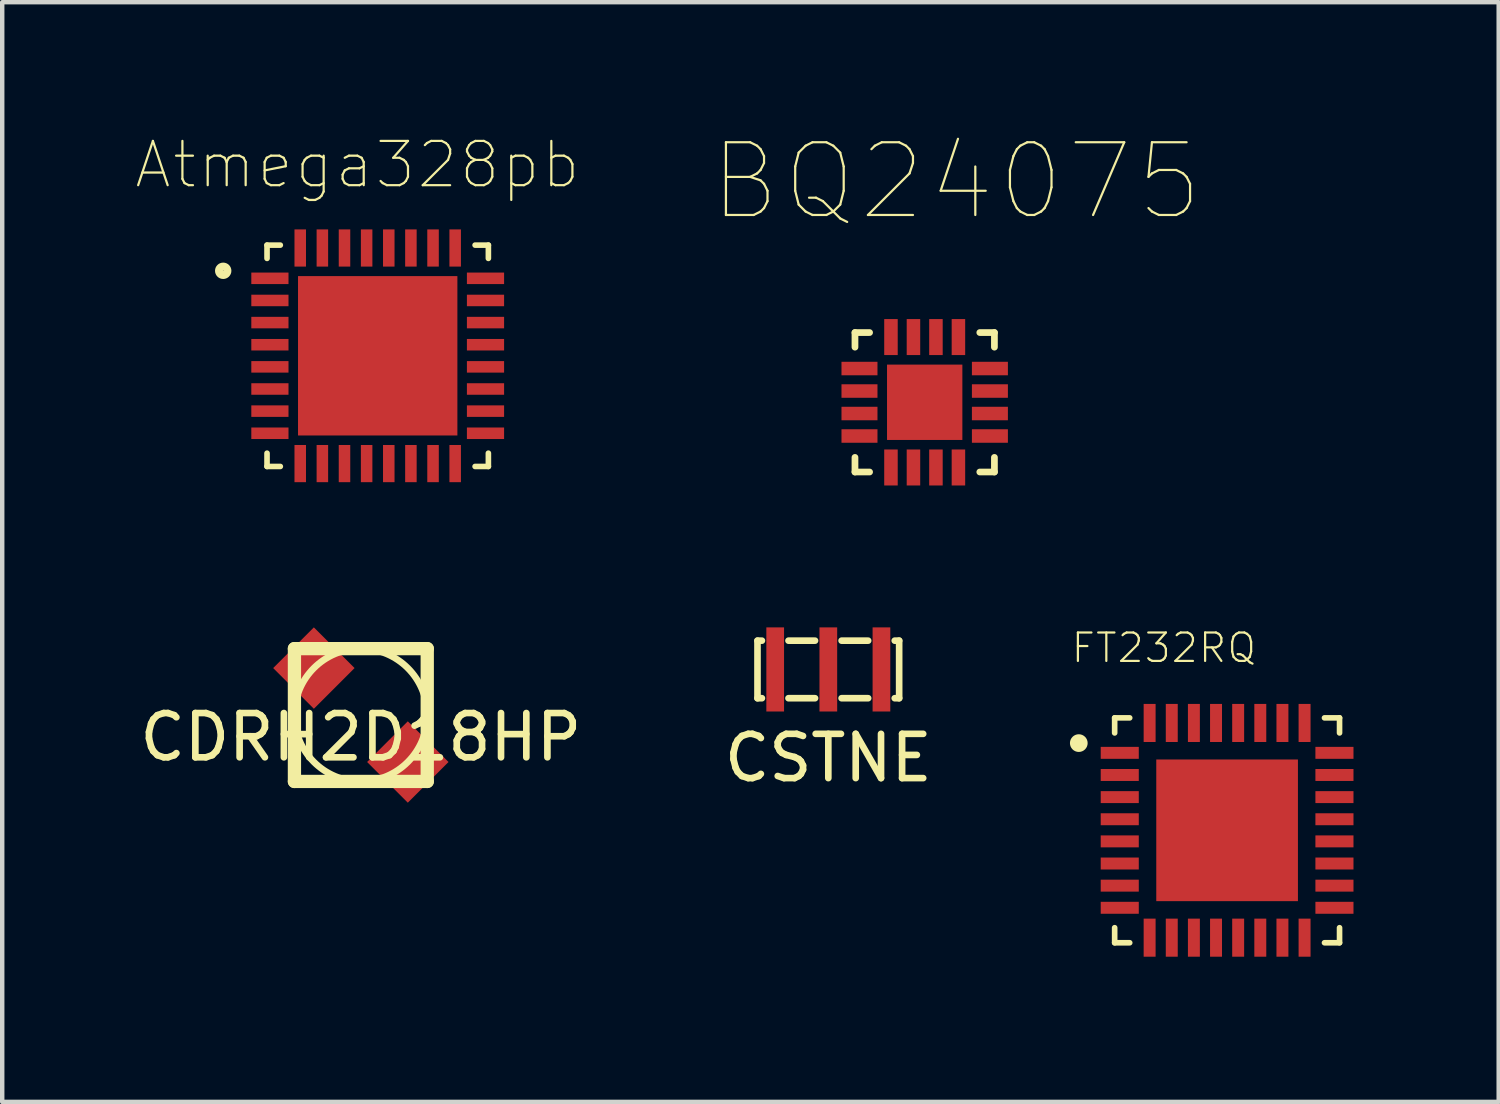
<source format=kicad_pcb>
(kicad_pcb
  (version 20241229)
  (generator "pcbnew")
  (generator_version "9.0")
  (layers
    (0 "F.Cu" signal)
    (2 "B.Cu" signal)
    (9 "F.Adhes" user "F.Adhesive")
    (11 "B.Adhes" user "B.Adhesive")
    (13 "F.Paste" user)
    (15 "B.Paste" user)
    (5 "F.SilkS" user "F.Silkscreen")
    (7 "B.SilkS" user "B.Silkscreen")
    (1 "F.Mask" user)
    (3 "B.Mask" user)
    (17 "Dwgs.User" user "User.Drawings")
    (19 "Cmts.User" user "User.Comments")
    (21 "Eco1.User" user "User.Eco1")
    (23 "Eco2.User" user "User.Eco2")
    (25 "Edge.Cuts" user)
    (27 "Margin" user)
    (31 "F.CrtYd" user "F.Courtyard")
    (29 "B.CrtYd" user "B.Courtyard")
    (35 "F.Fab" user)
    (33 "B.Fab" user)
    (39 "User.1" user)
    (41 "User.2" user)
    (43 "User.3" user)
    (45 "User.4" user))
  (footprint "Atmega328pb"
    (layer "F.Cu")
    (at 5.482 4.987)
    (property "Reference" "Atmega328pb" (at -0.459 -4.314 0) (layer "F.SilkS") (effects (font (size 1 1) (thickness 0.05))))
    (attr smd)
    (fp_line (start -2.5 -2.5) (end -2.5 -2.2) (stroke (width 0.127) (type solid)) (layer "F.SilkS"))
    (fp_line (start -2.5 2.5) (end -2.5 2.2) (stroke (width 0.127) (type solid)) (layer "F.SilkS"))
    (fp_line (start -2.2 -2.5) (end -2.5 -2.5) (stroke (width 0.127) (type solid)) (layer "F.SilkS"))
    (fp_line (start -2.2 2.5) (end -2.5 2.5) (stroke (width 0.127) (type solid)) (layer "F.SilkS"))
    (fp_line (start 2.2 -2.5) (end 2.5 -2.5) (stroke (width 0.127) (type solid)) (layer "F.SilkS"))
    (fp_line (start 2.5 -2.5) (end 2.5 -2.2) (stroke (width 0.127) (type solid)) (layer "F.SilkS"))
    (fp_line (start 2.5 2.2) (end 2.5 2.5) (stroke (width 0.127) (type solid)) (layer "F.SilkS"))
    (fp_line (start 2.5 2.5) (end 2.2 2.5) (stroke (width 0.127) (type solid)) (layer "F.SilkS"))
    (fp_circle (center -3.49 -1.92) (end -3.395 -1.92) (stroke (width 0.18) (type solid)) (fill no) (layer "F.SilkS"))
    (fp_poly (pts (xy -1.445 -1.445) (xy -0.175 -1.445) (xy -0.175 -0.175) (xy -1.445 -0.175)) (stroke (width 0) (type solid)) (fill yes) (layer "F.Paste"))
    (fp_poly (pts (xy -1.445 0.175) (xy -0.175 0.175) (xy -0.175 1.445) (xy -1.445 1.445)) (stroke (width 0) (type solid)) (fill yes) (layer "F.Paste"))
    (fp_poly (pts (xy 0.175 -1.445) (xy 1.445 -1.445) (xy 1.445 -0.175) (xy 0.175 -0.175)) (stroke (width 0) (type solid)) (fill yes) (layer "F.Paste"))
    (fp_poly (pts (xy 0.175 0.175) (xy 1.445 0.175) (xy 1.445 1.445) (xy 0.175 1.445)) (stroke (width 0) (type solid)) (fill yes) (layer "F.Paste"))
    (fp_line (start -3.11 -3.11) (end -3.11 3.11) (stroke (width 0.05) (type solid)) (layer "Eco1.User"))
    (fp_line (start -3.11 3.11) (end 3.11 3.11) (stroke (width 0.05) (type solid)) (layer "Eco1.User"))
    (fp_line (start 3.11 -3.11) (end -3.11 -3.11) (stroke (width 0.05) (type solid)) (layer "Eco1.User"))
    (fp_line (start 3.11 3.11) (end 3.11 -3.11) (stroke (width 0.05) (type solid)) (layer "Eco1.User"))
    (fp_line (start -2.5 -2.5) (end -2.5 2.5) (stroke (width 0.127) (type solid)) (layer "Eco2.User"))
    (fp_line (start -2.5 2.5) (end 2.5 2.5) (stroke (width 0.127) (type solid)) (layer "Eco2.User"))
    (fp_line (start 2.5 -2.5) (end -2.5 -2.5) (stroke (width 0.127) (type solid)) (layer "Eco2.User"))
    (fp_line (start 2.5 2.5) (end 2.5 -2.5) (stroke (width 0.127) (type solid)) (layer "Eco2.User"))
    (fp_circle (center -3.49 -1.92) (end -3.395 -1.92) (stroke (width 0.18) (type solid)) (fill no) (layer "Eco2.User"))
    (pad "1" smd rect (at -2.435 -1.75) (size 0.84 0.26) (layers "F.Cu" "F.Mask" "F.Paste"))
    (pad "2" smd rect (at -2.435 -1.25) (size 0.84 0.26) (layers "F.Cu" "F.Mask" "F.Paste"))
    (pad "3" smd rect (at -2.435 -0.75) (size 0.84 0.26) (layers "F.Cu" "F.Mask" "F.Paste"))
    (pad "4" smd rect (at -2.435 -0.25) (size 0.84 0.26) (layers "F.Cu" "F.Mask" "F.Paste"))
    (pad "5" smd rect (at -2.435 0.25) (size 0.84 0.26) (layers "F.Cu" "F.Mask" "F.Paste"))
    (pad "6" smd rect (at -2.435 0.75) (size 0.84 0.26) (layers "F.Cu" "F.Mask" "F.Paste"))
    (pad "7" smd rect (at -2.435 1.25) (size 0.84 0.26) (layers "F.Cu" "F.Mask" "F.Paste"))
    (pad "8" smd rect (at -2.435 1.75) (size 0.84 0.26) (layers "F.Cu" "F.Mask" "F.Paste"))
    (pad "9" smd rect (at -1.75 2.435 90) (size 0.84 0.26) (layers "F.Cu" "F.Mask" "F.Paste"))
    (pad "10" smd rect (at -1.25 2.435 90) (size 0.84 0.26) (layers "F.Cu" "F.Mask" "F.Paste"))
    (pad "11" smd rect (at -0.75 2.435 90) (size 0.84 0.26) (layers "F.Cu" "F.Mask" "F.Paste"))
    (pad "12" smd rect (at -0.25 2.435 90) (size 0.84 0.26) (layers "F.Cu" "F.Mask" "F.Paste"))
    (pad "13" smd rect (at 0.25 2.435 90) (size 0.84 0.26) (layers "F.Cu" "F.Mask" "F.Paste"))
    (pad "14" smd rect (at 0.75 2.435 90) (size 0.84 0.26) (layers "F.Cu" "F.Mask" "F.Paste"))
    (pad "15" smd rect (at 1.25 2.435 90) (size 0.84 0.26) (layers "F.Cu" "F.Mask" "F.Paste"))
    (pad "16" smd rect (at 1.75 2.435 90) (size 0.84 0.26) (layers "F.Cu" "F.Mask" "F.Paste"))
    (pad "17" smd rect (at 2.435 1.75 180) (size 0.84 0.26) (layers "F.Cu" "F.Mask" "F.Paste"))
    (pad "18" smd rect (at 2.435 1.25 180) (size 0.84 0.26) (layers "F.Cu" "F.Mask" "F.Paste"))
    (pad "19" smd rect (at 2.435 0.75 180) (size 0.84 0.26) (layers "F.Cu" "F.Mask" "F.Paste"))
    (pad "20" smd rect (at 2.435 0.25 180) (size 0.84 0.26) (layers "F.Cu" "F.Mask" "F.Paste"))
    (pad "21" smd rect (at 2.435 -0.25 180) (size 0.84 0.26) (layers "F.Cu" "F.Mask" "F.Paste"))
    (pad "22" smd rect (at 2.435 -0.75 180) (size 0.84 0.26) (layers "F.Cu" "F.Mask" "F.Paste"))
    (pad "23" smd rect (at 2.435 -1.25 180) (size 0.84 0.26) (layers "F.Cu" "F.Mask" "F.Paste"))
    (pad "24" smd rect (at 2.435 -1.75 180) (size 0.84 0.26) (layers "F.Cu" "F.Mask" "F.Paste"))
    (pad "25" smd rect (at 1.75 -2.435 270) (size 0.84 0.26) (layers "F.Cu" "F.Mask" "F.Paste"))
    (pad "26" smd rect (at 1.25 -2.435 270) (size 0.84 0.26) (layers "F.Cu" "F.Mask" "F.Paste"))
    (pad "27" smd rect (at 0.75 -2.435 270) (size 0.84 0.26) (layers "F.Cu" "F.Mask" "F.Paste"))
    (pad "28" smd rect (at 0.25 -2.435 270) (size 0.84 0.26) (layers "F.Cu" "F.Mask" "F.Paste"))
    (pad "29" smd rect (at -0.25 -2.435 270) (size 0.84 0.26) (layers "F.Cu" "F.Mask" "F.Paste"))
    (pad "30" smd rect (at -0.75 -2.435 270) (size 0.84 0.26) (layers "F.Cu" "F.Mask" "F.Paste"))
    (pad "31" smd rect (at -1.25 -2.435 270) (size 0.84 0.26) (layers "F.Cu" "F.Mask" "F.Paste"))
    (pad "32" smd rect (at -1.75 -2.435 270) (size 0.84 0.26) (layers "F.Cu" "F.Mask" "F.Paste"))
    (pad "33" smd rect (at 0 0 270) (size 3.6 3.6) (layers "F.Cu" "F.Mask" "F.Paste")))
  (footprint "FT232RQ"
    (layer "F.Cu")
    (at 24.669 15.706)
    (property "Reference" "FT232RQ" (at -1.429 -4.121 0) (layer "F.SilkS") (effects (font (size 0.642 0.642) (thickness 0.05))))
    (attr smd)
    (fp_line (start -2.54 -2.54) (end -2.54 -2.2) (stroke (width 0.127) (type solid)) (layer "F.SilkS"))
    (fp_line (start -2.54 2.2) (end -2.54 2.54) (stroke (width 0.127) (type solid)) (layer "F.SilkS"))
    (fp_line (start -2.54 2.54) (end -2.2 2.54) (stroke (width 0.127) (type solid)) (layer "F.SilkS"))
    (fp_line (start -2.2 -2.54) (end -2.54 -2.54) (stroke (width 0.127) (type solid)) (layer "F.SilkS"))
    (fp_line (start 2.2 -2.54) (end 2.54 -2.54) (stroke (width 0.127) (type solid)) (layer "F.SilkS"))
    (fp_line (start 2.54 -2.54) (end 2.54 -2.2) (stroke (width 0.127) (type solid)) (layer "F.SilkS"))
    (fp_line (start 2.54 2.2) (end 2.54 2.54) (stroke (width 0.127) (type solid)) (layer "F.SilkS"))
    (fp_line (start 2.54 2.54) (end 2.2 2.54) (stroke (width 0.127) (type solid)) (layer "F.SilkS"))
    (fp_circle (center -3.35 -1.97) (end -3.25 -1.97) (stroke (width 0.2) (type solid)) (fill no) (layer "F.SilkS"))
    (fp_poly (pts (xy -1.014 -1.012) (xy 1.012 -1.012) (xy 1.012 1.014) (xy -1.014 1.014)) (stroke (width 0) (type solid)) (fill yes) (layer "F.Paste"))
    (fp_line (start -3.11 -3.11) (end 3.11 -3.11) (stroke (width 0.05) (type solid)) (layer "Eco1.User"))
    (fp_line (start -3.11 3.11) (end -3.11 -3.11) (stroke (width 0.05) (type solid)) (layer "Eco1.User"))
    (fp_line (start 3.11 -3.11) (end 3.11 3.11) (stroke (width 0.05) (type solid)) (layer "Eco1.User"))
    (fp_line (start 3.11 3.11) (end -3.11 3.11) (stroke (width 0.05) (type solid)) (layer "Eco1.User"))
    (fp_line (start -2.54 -2.54) (end 2.54 -2.54) (stroke (width 0.127) (type solid)) (layer "Eco2.User"))
    (fp_line (start -2.54 2.54) (end -2.54 -2.54) (stroke (width 0.127) (type solid)) (layer "Eco2.User"))
    (fp_line (start 2.54 -2.54) (end 2.54 2.54) (stroke (width 0.127) (type solid)) (layer "Eco2.User"))
    (fp_line (start 2.54 2.54) (end -2.54 2.54) (stroke (width 0.127) (type solid)) (layer "Eco2.User"))
    (fp_circle (center -1.85 -1.77) (end -1.75 -1.77) (stroke (width 0.61) (type solid)) (fill no) (layer "Eco2.User"))
    (pad "1" smd rect (at -2.425 -1.75 180) (size 0.86 0.27) (layers "F.Cu" "F.Mask" "F.Paste"))
    (pad "2" smd rect (at -2.425 -1.25 180) (size 0.86 0.27) (layers "F.Cu" "F.Mask" "F.Paste"))
    (pad "3" smd rect (at -2.425 -0.75 180) (size 0.86 0.27) (layers "F.Cu" "F.Mask" "F.Paste"))
    (pad "4" smd rect (at -2.425 -0.25 180) (size 0.86 0.27) (layers "F.Cu" "F.Mask" "F.Paste"))
    (pad "5" smd rect (at -2.425 0.25 180) (size 0.86 0.27) (layers "F.Cu" "F.Mask" "F.Paste"))
    (pad "6" smd rect (at -2.425 0.75 180) (size 0.86 0.27) (layers "F.Cu" "F.Mask" "F.Paste"))
    (pad "7" smd rect (at -2.425 1.25 180) (size 0.86 0.27) (layers "F.Cu" "F.Mask" "F.Paste"))
    (pad "8" smd rect (at -2.425 1.75 180) (size 0.86 0.27) (layers "F.Cu" "F.Mask" "F.Paste"))
    (pad "9" smd rect (at -1.75 2.425 270) (size 0.86 0.27) (layers "F.Cu" "F.Mask" "F.Paste"))
    (pad "10" smd rect (at -1.25 2.425 270) (size 0.86 0.27) (layers "F.Cu" "F.Mask" "F.Paste"))
    (pad "11" smd rect (at -0.75 2.425 270) (size 0.86 0.27) (layers "F.Cu" "F.Mask" "F.Paste"))
    (pad "12" smd rect (at -0.25 2.425 270) (size 0.86 0.27) (layers "F.Cu" "F.Mask" "F.Paste"))
    (pad "13" smd rect (at 0.25 2.425 270) (size 0.86 0.27) (layers "F.Cu" "F.Mask" "F.Paste"))
    (pad "14" smd rect (at 0.75 2.425 270) (size 0.86 0.27) (layers "F.Cu" "F.Mask" "F.Paste"))
    (pad "15" smd rect (at 1.25 2.425 270) (size 0.86 0.27) (layers "F.Cu" "F.Mask" "F.Paste"))
    (pad "16" smd rect (at 1.75 2.425 270) (size 0.86 0.27) (layers "F.Cu" "F.Mask" "F.Paste"))
    (pad "17" smd rect (at 2.425 1.75) (size 0.86 0.27) (layers "F.Cu" "F.Mask" "F.Paste"))
    (pad "18" smd rect (at 2.425 1.25) (size 0.86 0.27) (layers "F.Cu" "F.Mask" "F.Paste"))
    (pad "19" smd rect (at 2.425 0.75) (size 0.86 0.27) (layers "F.Cu" "F.Mask" "F.Paste"))
    (pad "20" smd rect (at 2.425 0.25) (size 0.86 0.27) (layers "F.Cu" "F.Mask" "F.Paste"))
    (pad "21" smd rect (at 2.425 -0.25) (size 0.86 0.27) (layers "F.Cu" "F.Mask" "F.Paste"))
    (pad "22" smd rect (at 2.425 -0.75) (size 0.86 0.27) (layers "F.Cu" "F.Mask" "F.Paste"))
    (pad "23" smd rect (at 2.425 -1.25) (size 0.86 0.27) (layers "F.Cu" "F.Mask" "F.Paste"))
    (pad "24" smd rect (at 2.425 -1.75) (size 0.86 0.27) (layers "F.Cu" "F.Mask" "F.Paste"))
    (pad "25" smd rect (at 1.75 -2.425 90) (size 0.86 0.27) (layers "F.Cu" "F.Mask" "F.Paste"))
    (pad "26" smd rect (at 1.25 -2.425 90) (size 0.86 0.27) (layers "F.Cu" "F.Mask" "F.Paste"))
    (pad "27" smd rect (at 0.75 -2.425 90) (size 0.86 0.27) (layers "F.Cu" "F.Mask" "F.Paste"))
    (pad "28" smd rect (at 0.25 -2.425 90) (size 0.86 0.27) (layers "F.Cu" "F.Mask" "F.Paste"))
    (pad "29" smd rect (at -0.25 -2.425 90) (size 0.86 0.27) (layers "F.Cu" "F.Mask" "F.Paste"))
    (pad "30" smd rect (at -0.75 -2.425 90) (size 0.86 0.27) (layers "F.Cu" "F.Mask" "F.Paste"))
    (pad "31" smd rect (at -1.25 -2.425 90) (size 0.86 0.27) (layers "F.Cu" "F.Mask" "F.Paste"))
    (pad "32" smd rect (at -1.75 -2.425 90) (size 0.86 0.27) (layers "F.Cu" "F.Mask" "F.Paste"))
    (pad "33" smd rect (at 0 0) (size 3.2 3.2) (layers "F.Cu" "F.Mask" "F.Paste")))
  (footprint "CSTNE"
    (layer "F.Cu")
    (at 15.661 12.072)
    (property "Reference" "CSTNE" (at 0 2 0) (layer "F.SilkS") (effects (font (size 1 1) (thickness 0.15))))
    (attr through_hole)
    (fp_line (start -1.6 -0.65) (end -1.6 0.65) (stroke (width 0.15) (type solid)) (layer "F.SilkS"))
    (fp_line (start -1.5 -0.65) (end -1.6 -0.65) (stroke (width 0.15) (type solid)) (layer "F.SilkS"))
    (fp_line (start -1.5 0.65) (end -1.6 0.65) (stroke (width 0.15) (type solid)) (layer "F.SilkS"))
    (fp_line (start -0.3 -0.65) (end -0.9 -0.65) (stroke (width 0.15) (type solid)) (layer "F.SilkS"))
    (fp_line (start -0.3 0.65) (end -0.9 0.65) (stroke (width 0.15) (type solid)) (layer "F.SilkS"))
    (fp_line (start 0.3 -0.65) (end 0.9 -0.65) (stroke (width 0.15) (type solid)) (layer "F.SilkS"))
    (fp_line (start 0.3 0.65) (end 0.9 0.65) (stroke (width 0.15) (type solid)) (layer "F.SilkS"))
    (fp_line (start 1.5 -0.65) (end 1.6 -0.65) (stroke (width 0.15) (type solid)) (layer "F.SilkS"))
    (fp_line (start 1.5 0.65) (end 1.6 0.65) (stroke (width 0.15) (type solid)) (layer "F.SilkS"))
    (fp_line (start 1.6 -0.65) (end 1.6 0.65) (stroke (width 0.15) (type solid)) (layer "F.SilkS"))
    (pad "1" smd rect (at 1.2 0) (size 0.4 1.9) (layers "F.Cu" "F.Mask" "F.Paste"))
    (pad "2" smd rect (at 0 0) (size 0.4 1.9) (layers "F.Cu" "F.Mask" "F.Paste"))
    (pad "3" smd rect (at -1.2 0) (size 0.4 1.9) (layers "F.Cu" "F.Mask" "F.Paste")))
  (footprint "BQ24075"
    (layer "F.Cu")
    (at 17.838 6.037)
    (property "Reference" "BQ24075" (at 0.713 -4.988 0) (layer "F.SilkS") (effects (font (size 1.643 1.643) (thickness 0.05))))
    (attr smd)
    (fp_line (start -1.575 -1.575) (end -1.575 -1.245) (stroke (width 0.152) (type solid)) (layer "F.SilkS"))
    (fp_line (start -1.575 1.245) (end -1.575 1.575) (stroke (width 0.152) (type solid)) (layer "F.SilkS"))
    (fp_line (start -1.575 1.575) (end -1.245 1.575) (stroke (width 0.152) (type solid)) (layer "F.SilkS"))
    (fp_line (start -1.245 -1.575) (end -1.575 -1.575) (stroke (width 0.152) (type solid)) (layer "F.SilkS"))
    (fp_line (start 1.245 1.575) (end 1.575 1.575) (stroke (width 0.152) (type solid)) (layer "F.SilkS"))
    (fp_line (start 1.575 -1.575) (end 1.245 -1.575) (stroke (width 0.152) (type solid)) (layer "F.SilkS"))
    (fp_line (start 1.575 -1.245) (end 1.575 -1.575) (stroke (width 0.152) (type solid)) (layer "F.SilkS"))
    (fp_line (start 1.575 1.575) (end 1.575 1.245) (stroke (width 0.152) (type solid)) (layer "F.SilkS"))
    (fp_line (start -1.575 -1.575) (end -1.575 1.575) (stroke (width 0.1) (type solid)) (layer "Eco2.User"))
    (fp_line (start -1.575 -0.889) (end -1.575 -0.61) (stroke (width 0.1) (type solid)) (layer "Eco2.User"))
    (fp_line (start -1.575 -0.406) (end -1.575 -0.102) (stroke (width 0.1) (type solid)) (layer "Eco2.User"))
    (fp_line (start -1.575 -0.305) (end -0.305 -1.575) (stroke (width 0.1) (type solid)) (layer "Eco2.User"))
    (fp_line (start -1.575 0.102) (end -1.575 0.406) (stroke (width 0.1) (type solid)) (layer "Eco2.User"))
    (fp_line (start -1.575 0.61) (end -1.575 0.889) (stroke (width 0.1) (type solid)) (layer "Eco2.User"))
    (fp_line (start -1.575 1.575) (end 1.575 1.575) (stroke (width 0.1) (type solid)) (layer "Eco2.User"))
    (fp_line (start -0.889 1.575) (end -0.61 1.575) (stroke (width 0.1) (type solid)) (layer "Eco2.User"))
    (fp_line (start -0.61 -1.575) (end -0.889 -1.575) (stroke (width 0.1) (type solid)) (layer "Eco2.User"))
    (fp_line (start -0.406 1.575) (end -0.102 1.575) (stroke (width 0.1) (type solid)) (layer "Eco2.User"))
    (fp_line (start -0.102 -1.575) (end -0.406 -1.575) (stroke (width 0.1) (type solid)) (layer "Eco2.User"))
    (fp_line (start 0.102 1.575) (end 0.406 1.575) (stroke (width 0.1) (type solid)) (layer "Eco2.User"))
    (fp_line (start 0.406 -1.575) (end 0.102 -1.575) (stroke (width 0.1) (type solid)) (layer "Eco2.User"))
    (fp_line (start 0.61 1.575) (end 0.889 1.575) (stroke (width 0.1) (type solid)) (layer "Eco2.User"))
    (fp_line (start 0.889 -1.575) (end 0.61 -1.575) (stroke (width 0.1) (type solid)) (layer "Eco2.User"))
    (fp_line (start 1.575 -1.575) (end -1.575 -1.575) (stroke (width 0.1) (type solid)) (layer "Eco2.User"))
    (fp_line (start 1.575 -0.61) (end 1.575 -0.889) (stroke (width 0.1) (type solid)) (layer "Eco2.User"))
    (fp_line (start 1.575 -0.102) (end 1.575 -0.406) (stroke (width 0.1) (type solid)) (layer "Eco2.User"))
    (fp_line (start 1.575 0.406) (end 1.575 0.102) (stroke (width 0.1) (type solid)) (layer "Eco2.User"))
    (fp_line (start 1.575 0.889) (end 1.575 0.61) (stroke (width 0.1) (type solid)) (layer "Eco2.User"))
    (fp_line (start 1.575 1.575) (end 1.575 -1.575) (stroke (width 0.1) (type solid)) (layer "Eco2.User"))
    (pad "1" smd rect (at -1.473 -0.762 270) (size 0.305 0.813) (layers "F.Cu" "F.Mask" "F.Paste"))
    (pad "2" smd rect (at -1.473 -0.254 270) (size 0.305 0.813) (layers "F.Cu" "F.Mask" "F.Paste"))
    (pad "3" smd rect (at -1.473 0.254 270) (size 0.305 0.813) (layers "F.Cu" "F.Mask" "F.Paste"))
    (pad "4" smd rect (at -1.473 0.762 270) (size 0.305 0.813) (layers "F.Cu" "F.Mask" "F.Paste"))
    (pad "5" smd rect (at -0.762 1.473 180) (size 0.305 0.813) (layers "F.Cu" "F.Mask" "F.Paste"))
    (pad "6" smd rect (at -0.254 1.473 180) (size 0.305 0.813) (layers "F.Cu" "F.Mask" "F.Paste"))
    (pad "7" smd rect (at 0.254 1.473 180) (size 0.305 0.813) (layers "F.Cu" "F.Mask" "F.Paste"))
    (pad "8" smd rect (at 0.762 1.473 180) (size 0.305 0.813) (layers "F.Cu" "F.Mask" "F.Paste"))
    (pad "9" smd rect (at 1.473 0.762 270) (size 0.305 0.813) (layers "F.Cu" "F.Mask" "F.Paste"))
    (pad "10" smd rect (at 1.473 0.254 270) (size 0.305 0.813) (layers "F.Cu" "F.Mask" "F.Paste"))
    (pad "11" smd rect (at 1.473 -0.254 270) (size 0.305 0.813) (layers "F.Cu" "F.Mask" "F.Paste"))
    (pad "12" smd rect (at 1.473 -0.762 270) (size 0.305 0.813) (layers "F.Cu" "F.Mask" "F.Paste"))
    (pad "13" smd rect (at 0.762 -1.473 180) (size 0.305 0.813) (layers "F.Cu" "F.Mask" "F.Paste"))
    (pad "14" smd rect (at 0.254 -1.473 180) (size 0.305 0.813) (layers "F.Cu" "F.Mask" "F.Paste"))
    (pad "15" smd rect (at -0.254 -1.473 180) (size 0.305 0.813) (layers "F.Cu" "F.Mask" "F.Paste"))
    (pad "16" smd rect (at -0.762 -1.473 180) (size 0.305 0.813) (layers "F.Cu" "F.Mask" "F.Paste"))
    (pad "17" smd rect (at 0 0) (size 1.702 1.702) (layers "F.Cu" "F.Mask" "F.Paste")))
  (footprint "CDRH2D18HP"
    (layer "F.Cu")
    (at 5.101 13.102)
    (property "Reference" "CDRH2D18HP" (at 0 0.5 0) (layer "F.SilkS") (effects (font (size 1 1) (thickness 0.15))))
    (attr through_hole)
    (fp_line (start -1.5 -1.5) (end -1.5 1.5) (stroke (width 0.3) (type solid)) (layer "F.SilkS"))
    (fp_line (start 1.5 -1.5) (end -1.5 -1.5) (stroke (width 0.3) (type solid)) (layer "F.SilkS"))
    (fp_line (start 1.5 -1.5) (end 1.5 1.5) (stroke (width 0.3) (type solid)) (layer "F.SilkS"))
    (fp_line (start 1.5 1.5) (end -1.5 1.5) (stroke (width 0.3) (type solid)) (layer "F.SilkS"))
    (fp_circle (center 0 0) (end 1.5 0) (stroke (width 0.15) (type solid)) (fill no) (layer "F.SilkS"))
    (pad "1" smd custom (at -1.061 -1.061 45) (size 1.3 1.3) (layers "F.Cu" "F.Mask" "F.Paste") (options (anchor rect)) (primitives))
    (pad "2" smd custom (at 1.061 1.061 45) (size 1.3 1.3) (layers "F.Cu" "F.Mask" "F.Paste") (options (anchor rect)) (primitives)))
  (gr_rect
    (start -3 -3)
    (end 30.804 21.841)
    (stroke (width 0.1) (type default))
    (fill no)
    (layer "Edge.Cuts")))
</source>
